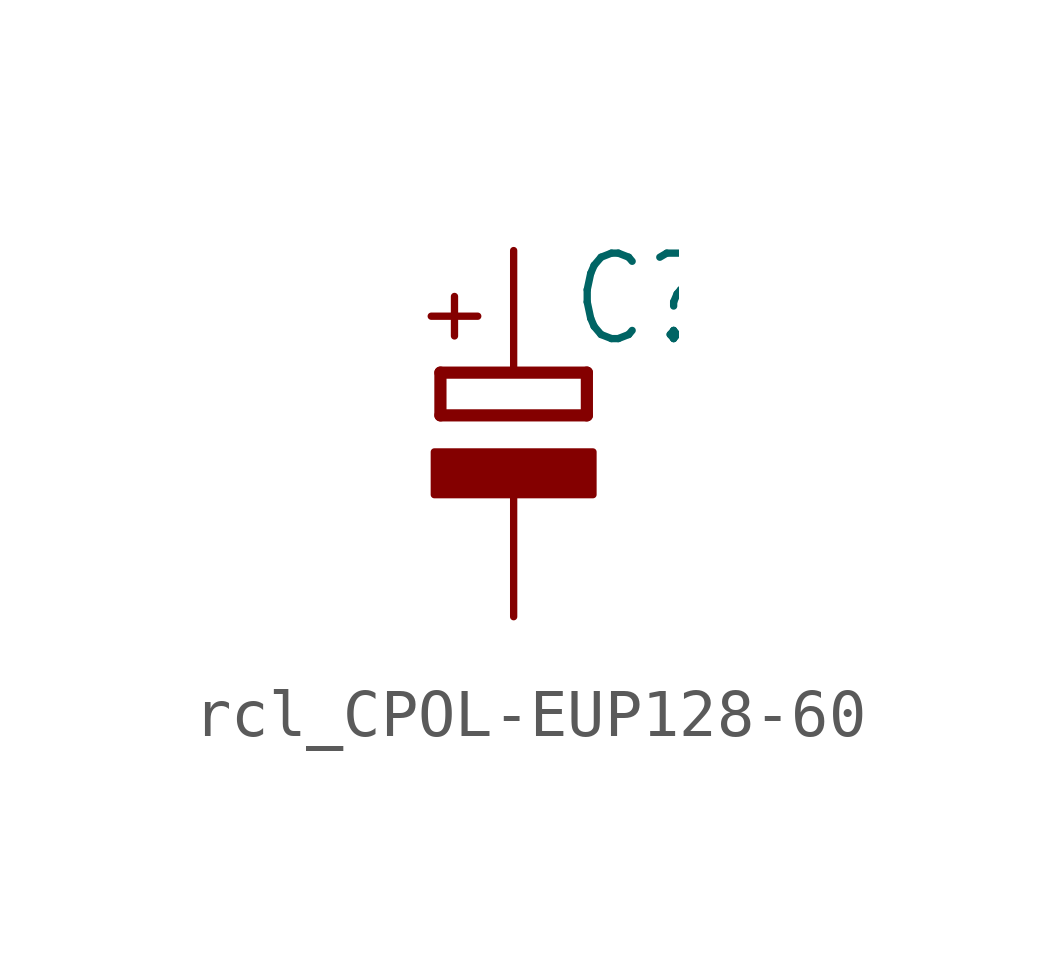
<source format=kicad_sym>
(kicad_symbol_lib
  (version 20241209)
  (generator "kicad_symbol_editor")
  (generator_version "9.0")
  (symbol "rcl_CPOL-EUP128-60"
    (property "Reference" "C"
      (at 1.143 0.483 0)
      (effects (font (size 1.778 1.511)) (justify left bottom)))
    (property "Value" ""
      (at 1.143 -4.597 0)
      (effects (font (size 1.778 1.511)) (justify left bottom)))
    (property "ki_locked" ""
      (at 0 0 0)
      (effects (font (size 1.27 1.27))))
    (symbol "rcl_CPOL-EUP128-60_1_0"
      (rectangle (start -1.651 -2.54) (end 1.651 -1.651) (stroke (width 0) (type default)) (fill (type outline)))
      (polyline (pts (xy -1.524 0) (xy -1.524 -0.889)) (stroke (width 0.254) (type solid)) (fill (type none)))
      (polyline (pts (xy -1.524 0) (xy 1.524 0)) (stroke (width 0.254) (type solid)) (fill (type none)))
      (polyline (pts (xy -1.524 -0.889) (xy 1.524 -0.889)) (stroke (width 0.254) (type solid)) (fill (type none)))
      (polyline (pts (xy 1.524 -0.889) (xy 1.524 0)) (stroke (width 0.254) (type solid)) (fill (type none)))
      (text "+" (at -0.584 0.406 900) (effects (font (size 1.27 1.079)) (justify left bottom)))
      (pin passive line (at 0 2.54 270) (length 2.54) (name "+" (effects (font (size 0 0)))) (number "+" (effects (font (size 0 0)))))
      (pin passive line (at 0 -5.08 90) (length 2.54) (name "-" (effects (font (size 0 0)))) (number "-" (effects (font (size 0 0))))))))
</source>
